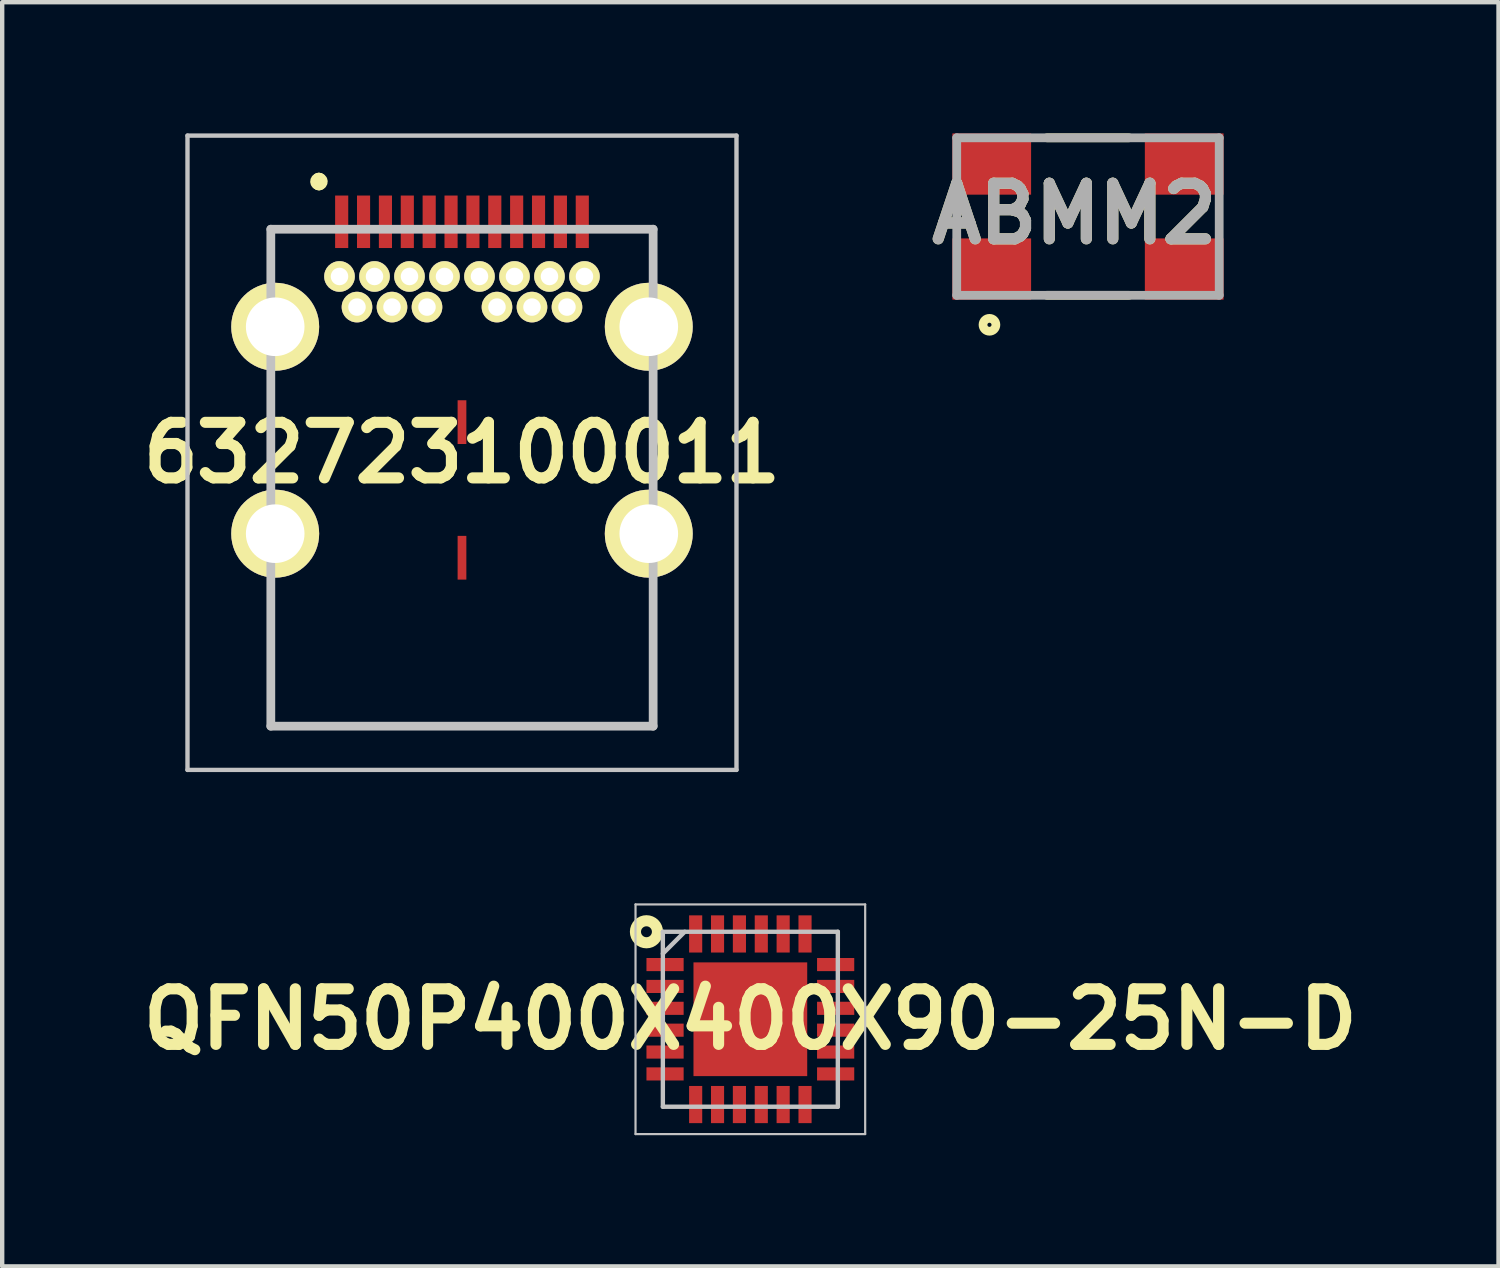
<source format=kicad_pcb>
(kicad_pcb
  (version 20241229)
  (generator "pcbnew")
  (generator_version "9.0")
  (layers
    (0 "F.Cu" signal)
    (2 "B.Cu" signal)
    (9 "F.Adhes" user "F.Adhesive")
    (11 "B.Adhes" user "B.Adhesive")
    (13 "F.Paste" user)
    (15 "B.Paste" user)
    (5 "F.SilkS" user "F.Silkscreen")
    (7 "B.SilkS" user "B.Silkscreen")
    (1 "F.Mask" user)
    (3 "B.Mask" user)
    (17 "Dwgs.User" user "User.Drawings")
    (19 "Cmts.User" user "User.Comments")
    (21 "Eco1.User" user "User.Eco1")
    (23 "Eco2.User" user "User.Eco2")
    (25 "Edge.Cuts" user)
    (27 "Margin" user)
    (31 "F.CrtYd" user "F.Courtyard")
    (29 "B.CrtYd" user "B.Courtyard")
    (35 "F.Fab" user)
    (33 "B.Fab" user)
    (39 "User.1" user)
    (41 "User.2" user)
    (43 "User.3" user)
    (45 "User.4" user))
  (footprint "632723100011"
    (layer "F.Cu")
    (at 7.511 7.3)
    (property "Reference" "632723100011" (at 0 0 0) (layer "F.SilkS") (effects (font (size 1.27 1.27) (thickness 0.254))))
    (attr through_hole exclude_from_pos_files)
    (fp_line (start -4.37 -5.11) (end -4.37 -4.15) (stroke (width 0.1) (type solid)) (layer "F.SilkS"))
    (fp_line (start -4.37 3.35) (end -4.37 6.25) (stroke (width 0.1) (type solid)) (layer "F.SilkS"))
    (fp_line (start -4.37 6.25) (end 4.37 6.25) (stroke (width 0.1) (type solid)) (layer "F.SilkS"))
    (fp_line (start -3.27 -6.25) (end -3.27 -6.25) (stroke (width 0.3) (type solid)) (layer "F.SilkS"))
    (fp_line (start -3.27 -6.15) (end -3.27 -6.15) (stroke (width 0.3) (type solid)) (layer "F.SilkS"))
    (fp_line (start -3.27 -5.11) (end -4.37 -5.11) (stroke (width 0.1) (type solid)) (layer "F.SilkS"))
    (fp_line (start 3.23 -5.15) (end 4.37 -5.11) (stroke (width 0.1) (type solid)) (layer "F.SilkS"))
    (fp_line (start 4.37 -5.11) (end 4.37 -4.15) (stroke (width 0.1) (type solid)) (layer "F.SilkS"))
    (fp_line (start 4.37 6.25) (end 4.37 3.35) (stroke (width 0.1) (type solid)) (layer "F.SilkS"))
    (fp_arc (start -3.27 -6.25) (mid -3.22 -6.2) (end -3.27 -6.15) (stroke (width 0.3) (type solid)) (layer "F.SilkS"))
    (fp_arc (start -3.27 -6.15) (mid -3.32 -6.2) (end -3.27 -6.25) (stroke (width 0.3) (type solid)) (layer "F.SilkS"))
    (fp_line (start -6.275 -7.25) (end 6.275 -7.25) (stroke (width 0.1) (type solid)) (layer "Dwgs.User"))
    (fp_line (start -6.275 7.25) (end -6.275 -7.25) (stroke (width 0.1) (type solid)) (layer "Dwgs.User"))
    (fp_line (start -4.37 -5.11) (end 4.37 -5.11) (stroke (width 0.2) (type solid)) (layer "Dwgs.User"))
    (fp_line (start -4.37 6.25) (end -4.37 -5.11) (stroke (width 0.2) (type solid)) (layer "Dwgs.User"))
    (fp_line (start 4.37 -5.11) (end 4.37 6.25) (stroke (width 0.2) (type solid)) (layer "Dwgs.User"))
    (fp_line (start 4.37 6.25) (end -4.37 6.25) (stroke (width 0.2) (type solid)) (layer "Dwgs.User"))
    (fp_line (start 6.275 -7.25) (end 6.275 7.25) (stroke (width 0.1) (type solid)) (layer "Dwgs.User"))
    (fp_line (start 6.275 7.25) (end -6.275 7.25) (stroke (width 0.1) (type solid)) (layer "Dwgs.User"))
    (pad "A1" smd rect (at -2.75 -5.28) (size 0.3 1.2) (layers "F.Cu" "F.Mask" "F.Paste"))
    (pad "A2" smd rect (at -2.25 -5.28) (size 0.3 1.2) (layers "F.Cu" "F.Mask" "F.Paste"))
    (pad "A3" smd rect (at -1.75 -5.28) (size 0.3 1.2) (layers "F.Cu" "F.Mask" "F.Paste"))
    (pad "A4" smd rect (at -1.25 -5.28) (size 0.3 1.2) (layers "F.Cu" "F.Mask" "F.Paste"))
    (pad "A5" smd rect (at -0.75 -5.28) (size 0.3 1.2) (layers "F.Cu" "F.Mask" "F.Paste"))
    (pad "A6" smd rect (at -0.25 -5.28) (size 0.3 1.2) (layers "F.Cu" "F.Mask" "F.Paste"))
    (pad "A7" smd rect (at 0.25 -5.28) (size 0.3 1.2) (layers "F.Cu" "F.Mask" "F.Paste"))
    (pad "A8" smd rect (at 0.75 -5.28) (size 0.3 1.2) (layers "F.Cu" "F.Mask" "F.Paste"))
    (pad "A9" smd rect (at 1.25 -5.28) (size 0.3 1.2) (layers "F.Cu" "F.Mask" "F.Paste"))
    (pad "A10" smd rect (at 1.75 -5.28) (size 0.3 1.2) (layers "F.Cu" "F.Mask" "F.Paste"))
    (pad "A11" smd rect (at 2.25 -5.28) (size 0.3 1.2) (layers "F.Cu" "F.Mask" "F.Paste"))
    (pad "A12" smd rect (at 2.75 -5.28) (size 0.3 1.2) (layers "F.Cu" "F.Mask" "F.Paste"))
    (pad "B1" thru_hole circle (at 2.8 -4.03 90) (size 0.7 0.7) (drill 0.4) (layers "*.Cu" "*.Mask" "F.SilkS"))
    (pad "B2" thru_hole circle (at 2.4 -3.33 90) (size 0.7 0.7) (drill 0.4) (layers "*.Cu" "*.Mask" "F.SilkS"))
    (pad "B3" thru_hole circle (at 1.6 -3.33 90) (size 0.7 0.7) (drill 0.4) (layers "*.Cu" "*.Mask" "F.SilkS"))
    (pad "B4" thru_hole circle (at 1.2 -4.03 90) (size 0.7 0.7) (drill 0.4) (layers "*.Cu" "*.Mask" "F.SilkS"))
    (pad "B5" thru_hole circle (at 0.8 -3.33 90) (size 0.7 0.7) (drill 0.4) (layers "*.Cu" "*.Mask" "F.SilkS"))
    (pad "B6" thru_hole circle (at 0.4 -4.03 90) (size 0.7 0.7) (drill 0.4) (layers "*.Cu" "*.Mask" "F.SilkS"))
    (pad "B7" thru_hole circle (at -0.4 -4.03 90) (size 0.7 0.7) (drill 0.4) (layers "*.Cu" "*.Mask" "F.SilkS"))
    (pad "B8" thru_hole circle (at -0.8 -3.33 90) (size 0.7 0.7) (drill 0.4) (layers "*.Cu" "*.Mask" "F.SilkS"))
    (pad "B9" thru_hole circle (at -1.2 -4.03 90) (size 0.7 0.7) (drill 0.4) (layers "*.Cu" "*.Mask" "F.SilkS"))
    (pad "B10" thru_hole circle (at -1.6 -3.33 90) (size 0.7 0.7) (drill 0.4) (layers "*.Cu" "*.Mask" "F.SilkS"))
    (pad "B11" thru_hole circle (at -2.4 -3.33 90) (size 0.7 0.7) (drill 0.4) (layers "*.Cu" "*.Mask" "F.SilkS"))
    (pad "B12" thru_hole circle (at -2.8 -4.03 90) (size 0.7 0.7) (drill 0.4) (layers "*.Cu" "*.Mask" "F.SilkS"))
    (pad "G1" thru_hole circle (at -2 -4.03 90) (size 0.7 0.7) (drill 0.4) (layers "*.Cu" "*.Mask" "F.SilkS"))
    (pad "G2" thru_hole circle (at 2 -4.03 90) (size 0.7 0.7) (drill 0.4) (layers "*.Cu" "*.Mask" "F.SilkS"))
    (pad "MH1" thru_hole circle (at -4.27 -2.88 90) (size 2.01 2.01) (drill 1.34) (layers "*.Cu" "*.Mask" "F.SilkS"))
    (pad "MH2" thru_hole circle (at 4.27 -2.88 90) (size 2.01 2.01) (drill 1.34) (layers "*.Cu" "*.Mask" "F.SilkS"))
    (pad "MH3" thru_hole circle (at -4.27 1.85 90) (size 2.01 2.01) (drill 1.34) (layers "*.Cu" "*.Mask" "F.SilkS"))
    (pad "MH4" thru_hole circle (at 4.27 1.85 90) (size 2.01 2.01) (drill 1.34) (layers "*.Cu" "*.Mask" "F.SilkS"))
    (pad "MP1" smd rect (at 0 -0.7) (size 0.2 1) (layers "F.Cu" "F.Mask" "F.Paste"))
    (pad "MP2" smd rect (at 0 2.4) (size 0.2 1) (layers "F.Cu" "F.Mask" "F.Paste")))
  (footprint "ABMM2"
    (layer "F.Cu")
    (at 21.821 1.9)
    (property "Reference" "ABMM2" (at -0.309 -0.065 0) (layer "F.SilkS") (effects (font (size 1.27 1.27) (thickness 0.254))))
    (attr smd)
    (fp_line (start -0.938 -1.8) (end 0.938 -1.8) (stroke (width 0.2) (type solid)) (layer "F.SilkS"))
    (fp_line (start -0.938 1.8) (end 0.938 1.8) (stroke (width 0.2) (type solid)) (layer "F.SilkS"))
    (fp_circle (center -2.252 2.475) (end -2.252 2.522) (stroke (width 0.2) (type solid)) (fill no) (layer "F.SilkS"))
    (fp_line (start -3 -1.8) (end 3 -1.8) (stroke (width 0.2) (type solid)) (layer "F.Fab"))
    (fp_line (start -3 1.8) (end -3 -1.8) (stroke (width 0.2) (type solid)) (layer "F.Fab"))
    (fp_line (start 3 -1.8) (end 3 1.8) (stroke (width 0.2) (type solid)) (layer "F.Fab"))
    (fp_line (start 3 1.8) (end -3 1.8) (stroke (width 0.2) (type solid)) (layer "F.Fab"))
    (fp_text user "${REFERENCE}" (at -0.309 -0.065 0) (layer "F.Fab") (effects (font (size 1.27 1.27) (thickness 0.254))))
    (pad "1" smd rect (at -2.2 1.2 90) (size 1.4 1.8) (layers "F.Cu" "F.Mask" "F.Paste"))
    (pad "2" smd rect (at 2.2 1.2 90) (size 1.4 1.8) (layers "F.Cu" "F.Mask" "F.Paste"))
    (pad "3" smd rect (at 2.2 -1.2 90) (size 1.4 1.8) (layers "F.Cu" "F.Mask" "F.Paste"))
    (pad "4" smd rect (at -2.2 -1.2 90) (size 1.4 1.8) (layers "F.Cu" "F.Mask" "F.Paste")))
  (footprint "QFN50P400X400X90-25N-D"
    (layer "F.Cu")
    (at 14.103 20.25)
    (property "Reference" "QFN50P400X400X90-25N-D" (at 0 0 0) (layer "F.SilkS") (effects (font (size 1.27 1.27) (thickness 0.254))))
    (attr smd)
    (fp_circle (center -2.375 -2) (end -2.25 -2) (stroke (width 0.254) (type solid)) (fill no) (layer "F.SilkS"))
    (fp_line (start -2.625 -2.625) (end 2.625 -2.625) (stroke (width 0.05) (type solid)) (layer "Dwgs.User"))
    (fp_line (start -2.625 2.625) (end -2.625 -2.625) (stroke (width 0.05) (type solid)) (layer "Dwgs.User"))
    (fp_line (start -2 -2) (end 2 -2) (stroke (width 0.1) (type solid)) (layer "Dwgs.User"))
    (fp_line (start -2 -1.5) (end -1.5 -2) (stroke (width 0.1) (type solid)) (layer "Dwgs.User"))
    (fp_line (start -2 2) (end -2 -2) (stroke (width 0.1) (type solid)) (layer "Dwgs.User"))
    (fp_line (start 2 -2) (end 2 2) (stroke (width 0.1) (type solid)) (layer "Dwgs.User"))
    (fp_line (start 2 2) (end -2 2) (stroke (width 0.1) (type solid)) (layer "Dwgs.User"))
    (fp_line (start 2.625 -2.625) (end 2.625 2.625) (stroke (width 0.05) (type solid)) (layer "Dwgs.User"))
    (fp_line (start 2.625 2.625) (end -2.625 2.625) (stroke (width 0.05) (type solid)) (layer "Dwgs.User"))
    (pad "1" smd rect (at -1.95 -1.25 90) (size 0.3 0.85) (layers "F.Cu" "F.Mask" "F.Paste"))
    (pad "2" smd rect (at -1.95 -0.75 90) (size 0.3 0.85) (layers "F.Cu" "F.Mask" "F.Paste"))
    (pad "3" smd rect (at -1.95 -0.25 90) (size 0.3 0.85) (layers "F.Cu" "F.Mask" "F.Paste"))
    (pad "4" smd rect (at -1.95 0.25 90) (size 0.3 0.85) (layers "F.Cu" "F.Mask" "F.Paste"))
    (pad "5" smd rect (at -1.95 0.75 90) (size 0.3 0.85) (layers "F.Cu" "F.Mask" "F.Paste"))
    (pad "6" smd rect (at -1.95 1.25 90) (size 0.3 0.85) (layers "F.Cu" "F.Mask" "F.Paste"))
    (pad "7" smd rect (at -1.25 1.95) (size 0.3 0.85) (layers "F.Cu" "F.Mask" "F.Paste"))
    (pad "8" smd rect (at -0.75 1.95) (size 0.3 0.85) (layers "F.Cu" "F.Mask" "F.Paste"))
    (pad "9" smd rect (at -0.25 1.95) (size 0.3 0.85) (layers "F.Cu" "F.Mask" "F.Paste"))
    (pad "10" smd rect (at 0.25 1.95) (size 0.3 0.85) (layers "F.Cu" "F.Mask" "F.Paste"))
    (pad "11" smd rect (at 0.75 1.95) (size 0.3 0.85) (layers "F.Cu" "F.Mask" "F.Paste"))
    (pad "12" smd rect (at 1.25 1.95) (size 0.3 0.85) (layers "F.Cu" "F.Mask" "F.Paste"))
    (pad "13" smd rect (at 1.95 1.25 90) (size 0.3 0.85) (layers "F.Cu" "F.Mask" "F.Paste"))
    (pad "14" smd rect (at 1.95 0.75 90) (size 0.3 0.85) (layers "F.Cu" "F.Mask" "F.Paste"))
    (pad "15" smd rect (at 1.95 0.25 90) (size 0.3 0.85) (layers "F.Cu" "F.Mask" "F.Paste"))
    (pad "16" smd rect (at 1.95 -0.25 90) (size 0.3 0.85) (layers "F.Cu" "F.Mask" "F.Paste"))
    (pad "17" smd rect (at 1.95 -0.75 90) (size 0.3 0.85) (layers "F.Cu" "F.Mask" "F.Paste"))
    (pad "18" smd rect (at 1.95 -1.25 90) (size 0.3 0.85) (layers "F.Cu" "F.Mask" "F.Paste"))
    (pad "19" smd rect (at 1.25 -1.95) (size 0.3 0.85) (layers "F.Cu" "F.Mask" "F.Paste"))
    (pad "20" smd rect (at 0.75 -1.95) (size 0.3 0.85) (layers "F.Cu" "F.Mask" "F.Paste"))
    (pad "21" smd rect (at 0.25 -1.95) (size 0.3 0.85) (layers "F.Cu" "F.Mask" "F.Paste"))
    (pad "22" smd rect (at -0.25 -1.95) (size 0.3 0.85) (layers "F.Cu" "F.Mask" "F.Paste"))
    (pad "23" smd rect (at -0.75 -1.95) (size 0.3 0.85) (layers "F.Cu" "F.Mask" "F.Paste"))
    (pad "24" smd rect (at -1.25 -1.95) (size 0.3 0.85) (layers "F.Cu" "F.Mask" "F.Paste"))
    (pad "25" smd rect (at 0 0) (size 2.6 2.6) (layers "F.Cu" "F.Mask" "F.Paste")))
  (gr_rect
    (start -3 -3)
    (end 31.206 25.9)
    (stroke (width 0.1) (type default))
    (fill no)
    (layer "Edge.Cuts")))
</source>
